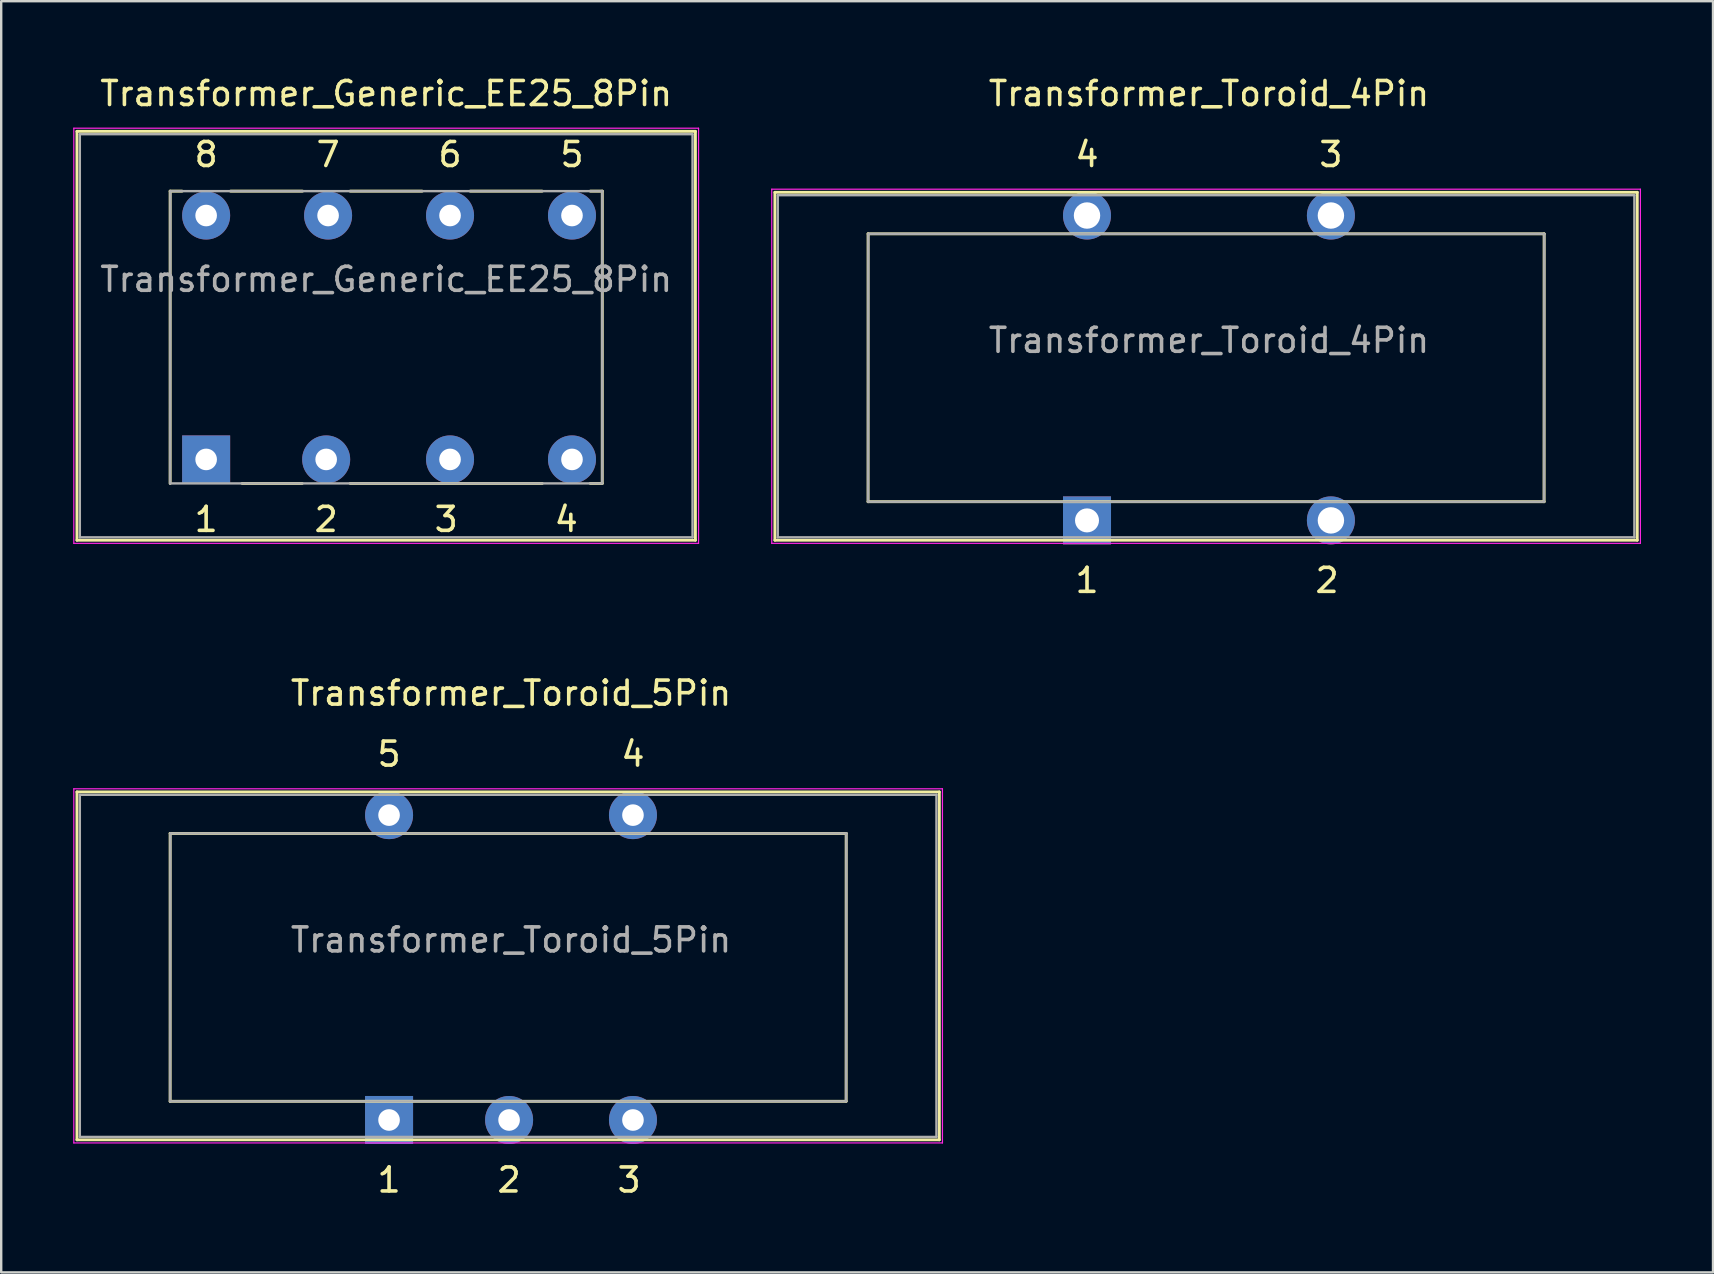
<source format=kicad_pcb>
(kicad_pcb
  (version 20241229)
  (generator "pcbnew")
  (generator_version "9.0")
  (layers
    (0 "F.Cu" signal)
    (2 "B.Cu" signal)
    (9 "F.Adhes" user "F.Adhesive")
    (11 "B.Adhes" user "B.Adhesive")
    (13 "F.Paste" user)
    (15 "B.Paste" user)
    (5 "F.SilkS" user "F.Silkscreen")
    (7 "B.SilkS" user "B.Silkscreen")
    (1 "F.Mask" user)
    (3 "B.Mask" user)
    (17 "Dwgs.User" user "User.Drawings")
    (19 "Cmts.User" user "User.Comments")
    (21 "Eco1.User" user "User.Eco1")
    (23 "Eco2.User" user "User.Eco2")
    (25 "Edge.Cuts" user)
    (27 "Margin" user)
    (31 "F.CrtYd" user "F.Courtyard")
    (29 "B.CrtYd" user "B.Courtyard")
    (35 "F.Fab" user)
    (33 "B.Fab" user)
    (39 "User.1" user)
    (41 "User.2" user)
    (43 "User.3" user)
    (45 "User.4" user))
  (footprint "Transformer_Generic_EE25_8Pin"
    (layer "F.Cu")
    (at 5.537 16.088)
    (property "Reference" "Transformer_Generic_EE25_8Pin" (at 7.5 -15.24 0) (layer "F.SilkS") (effects (font (size 1 1) (thickness 0.15))))
    (attr through_hole)
    (fp_line (start -5.382 -13.667) (end -5.382 3.366) (stroke (width 0.12) (type solid)) (layer "F.SilkS"))
    (fp_line (start -5.382 -13.667) (end 20.382 -13.667) (stroke (width 0.12) (type solid)) (layer "F.SilkS"))
    (fp_line (start -1.5 1) (end -1.5 -11.176) (stroke (width 0.12) (type solid)) (layer "F.SilkS"))
    (fp_line (start -1 -11.176) (end -1.5 -11.176) (stroke (width 0.12) (type solid)) (layer "F.SilkS"))
    (fp_line (start 1.016 -11.176) (end 4.016 -11.176) (stroke (width 0.12) (type solid)) (layer "F.SilkS"))
    (fp_line (start 4 1) (end 1.5 1) (stroke (width 0.12) (type solid)) (layer "F.SilkS"))
    (fp_line (start 6 -11.176) (end 9 -11.176) (stroke (width 0.12) (type solid)) (layer "F.SilkS"))
    (fp_line (start 6 1) (end 14 1) (stroke (width 0.12) (type solid)) (layer "F.SilkS"))
    (fp_line (start 11 -11.176) (end 14 -11.176) (stroke (width 0.12) (type solid)) (layer "F.SilkS"))
    (fp_line (start 16 1) (end 16.5 1) (stroke (width 0.12) (type solid)) (layer "F.SilkS"))
    (fp_line (start 16.002 -11.176) (end 16.502 -11.176) (stroke (width 0.12) (type solid)) (layer "F.SilkS"))
    (fp_line (start 16.5 1) (end 16.502 -11.176) (stroke (width 0.12) (type solid)) (layer "F.SilkS"))
    (fp_line (start 20.382 3.366) (end -5.382 3.366) (stroke (width 0.12) (type solid)) (layer "F.SilkS"))
    (fp_line (start 20.382 3.366) (end 20.382 -13.667) (stroke (width 0.12) (type solid)) (layer "F.SilkS"))
    (fp_line (start -5.512 -13.797) (end -5.512 3.496) (stroke (width 0.05) (type solid)) (layer "F.CrtYd"))
    (fp_line (start -5.512 -13.797) (end 20.512 -13.797) (stroke (width 0.05) (type solid)) (layer "F.CrtYd"))
    (fp_line (start 20.512 3.496) (end -5.512 3.496) (stroke (width 0.05) (type solid)) (layer "F.CrtYd"))
    (fp_line (start 20.512 3.496) (end 20.512 -13.797) (stroke (width 0.05) (type solid)) (layer "F.CrtYd"))
    (fp_line (start -5.262 -13.547) (end 20.262 -13.547) (stroke (width 0.1) (type solid)) (layer "F.Fab"))
    (fp_line (start -5.262 3.246) (end -5.262 -13.547) (stroke (width 0.1) (type solid)) (layer "F.Fab"))
    (fp_line (start -1.5 1) (end -1.49 -11.176) (stroke (width 0.1) (type solid)) (layer "F.Fab"))
    (fp_line (start -1.49 -11.176) (end 16.51 -11.176) (stroke (width 0.1) (type solid)) (layer "F.Fab"))
    (fp_line (start 16.5 -11.176) (end 16.5 1) (stroke (width 0.1) (type solid)) (layer "F.Fab"))
    (fp_line (start 16.5 1) (end -1.5 1) (stroke (width 0.1) (type solid)) (layer "F.Fab"))
    (fp_line (start 20.262 -13.547) (end 20.262 3.246) (stroke (width 0.1) (type solid)) (layer "F.Fab"))
    (fp_line (start 20.262 3.246) (end -5.262 3.246) (stroke (width 0.1) (type solid)) (layer "F.Fab"))
    (fp_text user "6" (at 10.16 -12.7 0) (layer "F.SilkS") (effects (font (size 1 1) (thickness 0.15))))
    (fp_text user "5" (at 15.24 -12.7 0) (layer "F.SilkS") (effects (font (size 1 1) (thickness 0.15))))
    (fp_text user "3" (at 10 2.5 0) (layer "F.SilkS") (effects (font (size 1 1) (thickness 0.15))))
    (fp_text user "1" (at 0 2.5 0) (layer "F.SilkS") (effects (font (size 1 1) (thickness 0.15))))
    (fp_text user "8" (at 0 -12.7 0) (layer "F.SilkS") (effects (font (size 1 1) (thickness 0.15))))
    (fp_text user "7" (at 5.08 -12.7 0) (layer "F.SilkS") (effects (font (size 1 1) (thickness 0.15))))
    (fp_text user "2" (at 5 2.5 0) (layer "F.SilkS") (effects (font (size 1 1) (thickness 0.15))))
    (fp_text user "4" (at 15 2.5 0) (layer "F.SilkS") (effects (font (size 1 1) (thickness 0.15))))
    (fp_text user "${REFERENCE}" (at 7.5 -7.5 0) (layer "F.Fab") (effects (font (size 1 1) (thickness 0.15))))
    (pad "1" thru_hole rect (at 0 0) (size 2 2) (drill 0.9) (layers "*.Cu" "*.Mask"))
    (pad "2" thru_hole circle (at 5 0) (size 2 2) (drill 0.9) (layers "*.Cu" "*.Mask"))
    (pad "3" thru_hole circle (at 10.16 0) (size 2 2) (drill 0.9) (layers "*.Cu" "*.Mask"))
    (pad "4" thru_hole circle (at 15.24 0) (size 2 2) (drill 0.9) (layers "*.Cu" "*.Mask"))
    (pad "5" thru_hole circle (at 15.24 -10.16) (size 2 2) (drill 0.9) (layers "*.Cu" "*.Mask"))
    (pad "6" thru_hole circle (at 10.16 -10.16) (size 2 2) (drill 0.9) (layers "*.Cu" "*.Mask"))
    (pad "7" thru_hole circle (at 5.08 -10.16) (size 2 2) (drill 0.9) (layers "*.Cu" "*.Mask"))
    (pad "8" thru_hole circle (at 0 -10.16) (size 2 2) (drill 0.9) (layers "*.Cu" "*.Mask")))
  (footprint "Transformer_Toroid_4Pin"
    (layer "F.Cu")
    (at 34.611 18.628)
    (property "Reference" "Transformer_Toroid_4Pin" (at 12.7 -17.78 0) (layer "F.SilkS") (effects (font (size 1 1) (thickness 0.15))))
    (attr through_hole)
    (fp_line (start -5.382 -13.667) (end -5.382 0.826) (stroke (width 0.12) (type solid)) (layer "F.SilkS"))
    (fp_line (start -5.382 -13.667) (end 30.542 -13.667) (stroke (width 0.12) (type solid)) (layer "F.SilkS"))
    (fp_line (start -1.5 -0.778) (end -1.5 -11.938) (stroke (width 0.12) (type solid)) (layer "F.SilkS"))
    (fp_line (start 26.66 -0.778) (end -1.5 -0.778) (stroke (width 0.12) (type solid)) (layer "F.SilkS"))
    (fp_line (start 26.66 -0.778) (end 26.662 -11.938) (stroke (width 0.12) (type solid)) (layer "F.SilkS"))
    (fp_line (start 26.662 -11.938) (end -1.5 -11.938) (stroke (width 0.12) (type solid)) (layer "F.SilkS"))
    (fp_line (start 30.542 0.826) (end -5.382 0.826) (stroke (width 0.12) (type solid)) (layer "F.SilkS"))
    (fp_line (start 30.542 0.826) (end 30.542 -13.667) (stroke (width 0.12) (type solid)) (layer "F.SilkS"))
    (fp_line (start -5.512 -13.797) (end -5.512 0.956) (stroke (width 0.05) (type solid)) (layer "F.CrtYd"))
    (fp_line (start -5.512 -13.797) (end 30.672 -13.797) (stroke (width 0.05) (type solid)) (layer "F.CrtYd"))
    (fp_line (start 30.672 0.956) (end -5.512 0.956) (stroke (width 0.05) (type solid)) (layer "F.CrtYd"))
    (fp_line (start 30.672 0.956) (end 30.672 -13.797) (stroke (width 0.05) (type solid)) (layer "F.CrtYd"))
    (fp_line (start -5.262 -13.547) (end 30.422 -13.547) (stroke (width 0.1) (type solid)) (layer "F.Fab"))
    (fp_line (start -5.262 0.706) (end -5.262 -13.547) (stroke (width 0.1) (type solid)) (layer "F.Fab"))
    (fp_line (start -1.5 -0.778) (end -1.49 -11.938) (stroke (width 0.1) (type solid)) (layer "F.Fab"))
    (fp_line (start -1.49 -11.938) (end 26.67 -11.938) (stroke (width 0.1) (type solid)) (layer "F.Fab"))
    (fp_line (start 26.66 -0.778) (end -1.5 -0.778) (stroke (width 0.1) (type solid)) (layer "F.Fab"))
    (fp_line (start 26.67 -11.938) (end 26.66 -0.778) (stroke (width 0.1) (type solid)) (layer "F.Fab"))
    (fp_line (start 30.422 -13.547) (end 30.422 0.706) (stroke (width 0.1) (type solid)) (layer "F.Fab"))
    (fp_line (start 30.422 0.706) (end -5.262 0.706) (stroke (width 0.1) (type solid)) (layer "F.Fab"))
    (fp_text user "4" (at 7.62 -15.24 0) (layer "F.SilkS") (effects (font (size 1 1) (thickness 0.15))))
    (fp_text user "2" (at 17.62 2.5 0) (layer "F.SilkS") (effects (font (size 1 1) (thickness 0.15))))
    (fp_text user "1" (at 7.62 2.5 0) (layer "F.SilkS") (effects (font (size 1 1) (thickness 0.15))))
    (fp_text user "3" (at 17.78 -15.24 0) (layer "F.SilkS") (effects (font (size 1 1) (thickness 0.15))))
    (fp_text user "${REFERENCE}" (at 12.7 -7.5 0) (layer "F.Fab") (effects (font (size 1 1) (thickness 0.15))))
    (pad "1" thru_hole rect (at 7.62 0) (size 2 2) (drill 1) (layers "*.Cu" "*.Mask"))
    (pad "2" thru_hole circle (at 17.78 0) (size 2 2) (drill 1.1) (layers "*.Cu" "*.Mask"))
    (pad "3" thru_hole circle (at 17.78 -12.7) (size 2 2) (drill 1.1) (layers "*.Cu" "*.Mask"))
    (pad "4" thru_hole circle (at 7.62 -12.7) (size 2 2) (drill 1.1) (layers "*.Cu" "*.Mask")))
  (footprint "Transformer_Toroid_5Pin"
    (layer "F.Cu")
    (at 5.537 43.605)
    (property "Reference" "Transformer_Toroid_5Pin" (at 12.7 -17.78 0) (layer "F.SilkS") (effects (font (size 1 1) (thickness 0.15))))
    (attr through_hole)
    (fp_line (start -5.382 -13.667) (end -5.382 0.826) (stroke (width 0.12) (type solid)) (layer "F.SilkS"))
    (fp_line (start -5.382 -13.667) (end 30.542 -13.667) (stroke (width 0.12) (type solid)) (layer "F.SilkS"))
    (fp_line (start -1.5 -0.778) (end -1.5 -11.938) (stroke (width 0.12) (type solid)) (layer "F.SilkS"))
    (fp_line (start 26.66 -0.778) (end -1.5 -0.778) (stroke (width 0.12) (type solid)) (layer "F.SilkS"))
    (fp_line (start 26.66 -0.778) (end 26.662 -11.938) (stroke (width 0.12) (type solid)) (layer "F.SilkS"))
    (fp_line (start 26.662 -11.938) (end -1.5 -11.938) (stroke (width 0.12) (type solid)) (layer "F.SilkS"))
    (fp_line (start 30.542 0.826) (end -5.382 0.826) (stroke (width 0.12) (type solid)) (layer "F.SilkS"))
    (fp_line (start 30.542 0.826) (end 30.542 -13.667) (stroke (width 0.12) (type solid)) (layer "F.SilkS"))
    (fp_line (start -5.512 -13.797) (end -5.512 0.956) (stroke (width 0.05) (type solid)) (layer "F.CrtYd"))
    (fp_line (start -5.512 -13.797) (end 30.672 -13.797) (stroke (width 0.05) (type solid)) (layer "F.CrtYd"))
    (fp_line (start 30.672 0.956) (end -5.512 0.956) (stroke (width 0.05) (type solid)) (layer "F.CrtYd"))
    (fp_line (start 30.672 0.956) (end 30.672 -13.797) (stroke (width 0.05) (type solid)) (layer "F.CrtYd"))
    (fp_line (start -5.262 -13.547) (end 30.422 -13.547) (stroke (width 0.1) (type solid)) (layer "F.Fab"))
    (fp_line (start -5.262 0.706) (end -5.262 -13.547) (stroke (width 0.1) (type solid)) (layer "F.Fab"))
    (fp_line (start -1.5 -0.778) (end -1.49 -11.938) (stroke (width 0.1) (type solid)) (layer "F.Fab"))
    (fp_line (start -1.49 -11.938) (end 26.67 -11.938) (stroke (width 0.1) (type solid)) (layer "F.Fab"))
    (fp_line (start 26.66 -0.778) (end -1.5 -0.778) (stroke (width 0.1) (type solid)) (layer "F.Fab"))
    (fp_line (start 26.67 -11.938) (end 26.66 -0.778) (stroke (width 0.1) (type solid)) (layer "F.Fab"))
    (fp_line (start 30.422 -13.547) (end 30.422 0.706) (stroke (width 0.1) (type solid)) (layer "F.Fab"))
    (fp_line (start 30.422 0.706) (end -5.262 0.706) (stroke (width 0.1) (type solid)) (layer "F.Fab"))
    (fp_text user "2" (at 12.62 2.5 0) (layer "F.SilkS") (effects (font (size 1 1) (thickness 0.15))))
    (fp_text user "4" (at 17.78 -15.24 0) (layer "F.SilkS") (effects (font (size 1 1) (thickness 0.15))))
    (fp_text user "5" (at 7.62 -15.24 0) (layer "F.SilkS") (effects (font (size 1 1) (thickness 0.15))))
    (fp_text user "1" (at 7.62 2.5 0) (layer "F.SilkS") (effects (font (size 1 1) (thickness 0.15))))
    (fp_text user "3" (at 17.62 2.5 0) (layer "F.SilkS") (effects (font (size 1 1) (thickness 0.15))))
    (fp_text user "${REFERENCE}" (at 12.7 -7.5 0) (layer "F.Fab") (effects (font (size 1 1) (thickness 0.15))))
    (pad "1" thru_hole rect (at 7.62 0) (size 2 2) (drill 0.9) (layers "*.Cu" "*.Mask"))
    (pad "2" thru_hole circle (at 12.62 0) (size 2 2) (drill 0.9) (layers "*.Cu" "*.Mask"))
    (pad "3" thru_hole circle (at 17.78 0) (size 2 2) (drill 0.9) (layers "*.Cu" "*.Mask"))
    (pad "4" thru_hole circle (at 17.78 -12.7) (size 2 2) (drill 0.9) (layers "*.Cu" "*.Mask"))
    (pad "5" thru_hole circle (at 7.62 -12.7) (size 2 2) (drill 0.9) (layers "*.Cu" "*.Mask")))
  (gr_rect
    (start -3 -3)
    (end 68.308 49.953)
    (stroke (width 0.1) (type default))
    (fill no)
    (layer "Edge.Cuts")))
</source>
